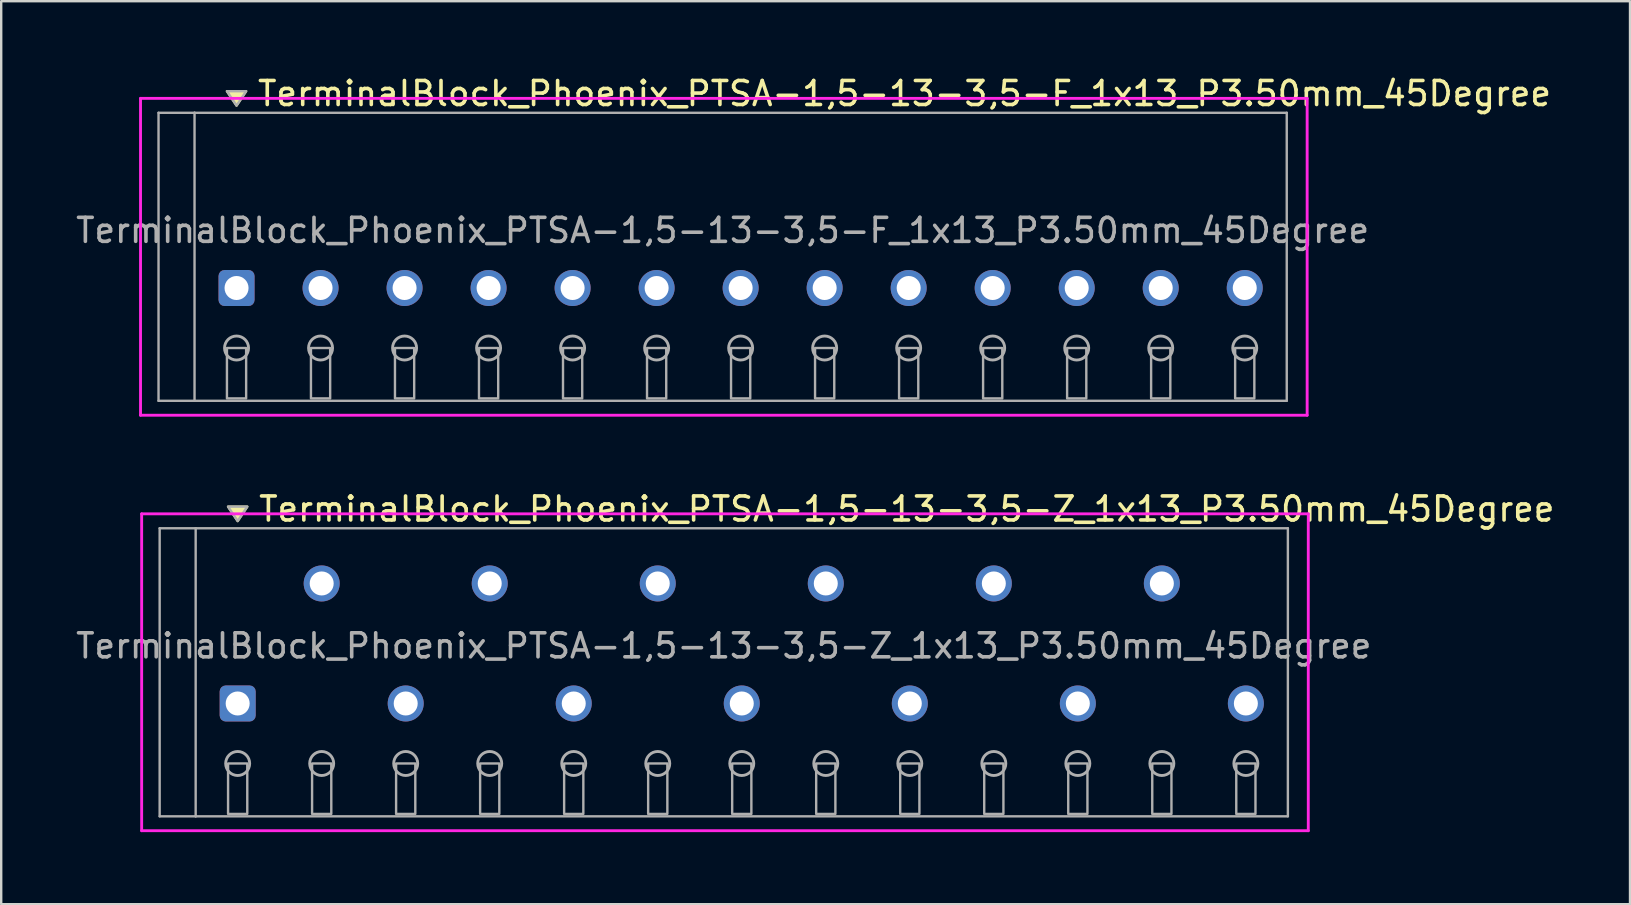
<source format=kicad_pcb>
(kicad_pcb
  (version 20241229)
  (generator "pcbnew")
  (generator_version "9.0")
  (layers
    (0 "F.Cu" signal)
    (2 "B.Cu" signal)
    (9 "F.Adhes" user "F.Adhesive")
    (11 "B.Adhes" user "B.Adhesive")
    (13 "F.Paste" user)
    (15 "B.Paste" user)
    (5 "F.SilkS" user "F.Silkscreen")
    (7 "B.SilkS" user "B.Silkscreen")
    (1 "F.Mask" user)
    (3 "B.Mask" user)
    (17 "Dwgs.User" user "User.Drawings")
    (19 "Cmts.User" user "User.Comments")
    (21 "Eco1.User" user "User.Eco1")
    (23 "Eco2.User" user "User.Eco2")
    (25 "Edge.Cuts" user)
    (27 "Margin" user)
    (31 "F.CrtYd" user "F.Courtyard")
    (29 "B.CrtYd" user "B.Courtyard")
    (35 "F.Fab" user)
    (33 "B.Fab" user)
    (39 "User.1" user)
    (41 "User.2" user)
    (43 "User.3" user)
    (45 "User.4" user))
  (footprint "TerminalBlock_Phoenix_PTSA-1,5-13-3,5-Z_1x13_P3.50mm_45Degree"
    (layer "F.Cu")
    (at 6.851 26.256)
    (property "Reference" "TerminalBlock_Phoenix_PTSA-1,5-13-3,5-Z_1x13_P3.50mm_45Degree" (at 0.8 -8.1 0) (layer "F.SilkS") (effects (font (size 1 1) (thickness 0.15)) (justify left)))
    (attr through_hole)
    (fp_poly (pts (xy 0 -7.6) (xy -0.4 -8.2) (xy 0.4 -8.2)) (stroke (width 0.1) (type solid)) (fill yes) (layer "F.SilkS"))
    (fp_line (start -4 -7.9) (end 44.6 -7.9) (stroke (width 0.12) (type solid)) (layer "F.CrtYd"))
    (fp_line (start -4 5.3) (end -4 -7.9) (stroke (width 0.12) (type solid)) (layer "F.CrtYd"))
    (fp_line (start 44.6 -7.9) (end 44.6 5.3) (stroke (width 0.12) (type solid)) (layer "F.CrtYd"))
    (fp_line (start 44.6 5.3) (end -4 5.3) (stroke (width 0.12) (type solid)) (layer "F.CrtYd"))
    (fp_line (start -3.25 -7.3) (end -1.75 -7.3) (stroke (width 0.1) (type solid)) (layer "F.Fab"))
    (fp_line (start -3.25 4.7) (end -3.25 -7.3) (stroke (width 0.1) (type solid)) (layer "F.Fab"))
    (fp_line (start -1.75 -7.3) (end -1.75 4.7) (stroke (width 0.1) (type solid)) (layer "F.Fab"))
    (fp_line (start -1.75 4.7) (end -3.25 4.7) (stroke (width 0.1) (type solid)) (layer "F.Fab"))
    (fp_line (start -1.75 4.7) (end 43.75 4.7) (stroke (width 0.1) (type solid)) (layer "F.Fab"))
    (fp_line (start 43.75 -7.3) (end -1.75 -7.3) (stroke (width 0.1) (type solid)) (layer "F.Fab"))
    (fp_line (start 43.75 4.7) (end 43.75 -7.3) (stroke (width 0.1) (type solid)) (layer "F.Fab"))
    (fp_circle (center 0 2.5) (end -0.5 2.5) (stroke (width 0.12) (type solid)) (fill no) (layer "F.Fab"))
    (fp_circle (center 3.5 2.5) (end 3 2.5) (stroke (width 0.12) (type solid)) (fill no) (layer "F.Fab"))
    (fp_circle (center 7 2.5) (end 6.5 2.5) (stroke (width 0.12) (type solid)) (fill no) (layer "F.Fab"))
    (fp_circle (center 10.5 2.5) (end 10 2.5) (stroke (width 0.12) (type solid)) (fill no) (layer "F.Fab"))
    (fp_circle (center 14 2.5) (end 13.5 2.5) (stroke (width 0.12) (type solid)) (fill no) (layer "F.Fab"))
    (fp_circle (center 17.5 2.5) (end 17 2.5) (stroke (width 0.12) (type solid)) (fill no) (layer "F.Fab"))
    (fp_circle (center 21 2.5) (end 20.5 2.5) (stroke (width 0.12) (type solid)) (fill no) (layer "F.Fab"))
    (fp_circle (center 24.5 2.5) (end 24 2.5) (stroke (width 0.12) (type solid)) (fill no) (layer "F.Fab"))
    (fp_circle (center 28 2.5) (end 27.5 2.5) (stroke (width 0.12) (type solid)) (fill no) (layer "F.Fab"))
    (fp_circle (center 31.5 2.5) (end 31 2.5) (stroke (width 0.12) (type solid)) (fill no) (layer "F.Fab"))
    (fp_circle (center 35 2.5) (end 34.5 2.5) (stroke (width 0.12) (type solid)) (fill no) (layer "F.Fab"))
    (fp_circle (center 38.5 2.5) (end 38 2.5) (stroke (width 0.12) (type solid)) (fill no) (layer "F.Fab"))
    (fp_circle (center 42 2.5) (end 41.5 2.5) (stroke (width 0.12) (type solid)) (fill no) (layer "F.Fab"))
    (fp_poly (pts (xy 0 -7.6) (xy -0.4 -8.2) (xy 0.4 -8.2)) (stroke (width 0.1) (type solid)) (fill no) (layer "F.Fab"))
    (fp_poly (pts (xy -0.4 2.5) (xy -0.4 4.6) (xy 0.4 4.6) (xy 0.4 2.5)) (stroke (width 0.1) (type solid)) (fill no) (layer "F.Fab"))
    (fp_poly (pts (xy 3.1 2.5) (xy 3.1 4.6) (xy 3.9 4.6) (xy 3.9 2.5)) (stroke (width 0.1) (type solid)) (fill no) (layer "F.Fab"))
    (fp_poly (pts (xy 6.6 2.5) (xy 6.6 4.6) (xy 7.4 4.6) (xy 7.4 2.5)) (stroke (width 0.1) (type solid)) (fill no) (layer "F.Fab"))
    (fp_poly (pts (xy 10.1 2.5) (xy 10.1 4.6) (xy 10.9 4.6) (xy 10.9 2.5)) (stroke (width 0.1) (type solid)) (fill no) (layer "F.Fab"))
    (fp_poly (pts (xy 13.6 2.5) (xy 13.6 4.6) (xy 14.4 4.6) (xy 14.4 2.5)) (stroke (width 0.1) (type solid)) (fill no) (layer "F.Fab"))
    (fp_poly (pts (xy 17.1 2.5) (xy 17.1 4.6) (xy 17.9 4.6) (xy 17.9 2.5)) (stroke (width 0.1) (type solid)) (fill no) (layer "F.Fab"))
    (fp_poly (pts (xy 20.6 2.5) (xy 20.6 4.6) (xy 21.4 4.6) (xy 21.4 2.5)) (stroke (width 0.1) (type solid)) (fill no) (layer "F.Fab"))
    (fp_poly (pts (xy 24.1 2.5) (xy 24.1 4.6) (xy 24.9 4.6) (xy 24.9 2.5)) (stroke (width 0.1) (type solid)) (fill no) (layer "F.Fab"))
    (fp_poly (pts (xy 27.6 2.5) (xy 27.6 4.6) (xy 28.4 4.6) (xy 28.4 2.5)) (stroke (width 0.1) (type solid)) (fill no) (layer "F.Fab"))
    (fp_poly (pts (xy 31.1 2.5) (xy 31.1 4.6) (xy 31.9 4.6) (xy 31.9 2.5)) (stroke (width 0.1) (type solid)) (fill no) (layer "F.Fab"))
    (fp_poly (pts (xy 34.6 2.5) (xy 34.6 4.6) (xy 35.4 4.6) (xy 35.4 2.5)) (stroke (width 0.1) (type solid)) (fill no) (layer "F.Fab"))
    (fp_poly (pts (xy 38.1 2.5) (xy 38.1 4.6) (xy 38.9 4.6) (xy 38.9 2.5)) (stroke (width 0.1) (type solid)) (fill no) (layer "F.Fab"))
    (fp_poly (pts (xy 41.6 2.5) (xy 41.6 4.6) (xy 42.4 4.6) (xy 42.4 2.5)) (stroke (width 0.1) (type solid)) (fill no) (layer "F.Fab"))
    (fp_text user "${REFERENCE}" (at 20.25 -2.4 0) (layer "F.Fab") (effects (font (size 1 1) (thickness 0.15))))
    (pad "1" thru_hole roundrect (at 0 0) (size 1.5 1.5) (drill 1) (layers "*.Cu" "*.Mask") (roundrect_rratio 0.167))
    (pad "2" thru_hole oval (at 3.5 -5) (size 1.5 1.5) (drill 1) (layers "*.Cu" "*.Mask"))
    (pad "3" thru_hole oval (at 7 0) (size 1.5 1.5) (drill 1) (layers "*.Cu" "*.Mask"))
    (pad "4" thru_hole oval (at 10.5 -5) (size 1.5 1.5) (drill 1) (layers "*.Cu" "*.Mask"))
    (pad "5" thru_hole oval (at 14 0) (size 1.5 1.5) (drill 1) (layers "*.Cu" "*.Mask"))
    (pad "6" thru_hole oval (at 17.5 -5) (size 1.5 1.5) (drill 1) (layers "*.Cu" "*.Mask"))
    (pad "7" thru_hole oval (at 21 0) (size 1.5 1.5) (drill 1) (layers "*.Cu" "*.Mask"))
    (pad "8" thru_hole oval (at 24.5 -5) (size 1.5 1.5) (drill 1) (layers "*.Cu" "*.Mask"))
    (pad "9" thru_hole oval (at 28 0) (size 1.5 1.5) (drill 1) (layers "*.Cu" "*.Mask"))
    (pad "10" thru_hole oval (at 31.5 -5) (size 1.5 1.5) (drill 1) (layers "*.Cu" "*.Mask"))
    (pad "11" thru_hole oval (at 35 0) (size 1.5 1.5) (drill 1) (layers "*.Cu" "*.Mask"))
    (pad "12" thru_hole oval (at 38.5 -5) (size 1.5 1.5) (drill 1) (layers "*.Cu" "*.Mask"))
    (pad "13" thru_hole oval (at 42 0) (size 1.5 1.5) (drill 1) (layers "*.Cu" "*.Mask")))
  (footprint "TerminalBlock_Phoenix_PTSA-1,5-13-3,5-F_1x13_P3.50mm_45Degree"
    (layer "F.Cu")
    (at 6.804 8.948)
    (property "Reference" "TerminalBlock_Phoenix_PTSA-1,5-13-3,5-F_1x13_P3.50mm_45Degree" (at 0.8 -8.1 0) (layer "F.SilkS") (effects (font (size 1 1) (thickness 0.15)) (justify left)))
    (attr through_hole)
    (fp_poly (pts (xy 0 -7.6) (xy -0.4 -8.2) (xy 0.4 -8.2)) (stroke (width 0.1) (type solid)) (fill yes) (layer "F.SilkS"))
    (fp_line (start -4 -7.9) (end 44.6 -7.9) (stroke (width 0.12) (type solid)) (layer "F.CrtYd"))
    (fp_line (start -4 5.3) (end -4 -7.9) (stroke (width 0.12) (type solid)) (layer "F.CrtYd"))
    (fp_line (start 44.6 -7.9) (end 44.6 5.3) (stroke (width 0.12) (type solid)) (layer "F.CrtYd"))
    (fp_line (start 44.6 5.3) (end -4 5.3) (stroke (width 0.12) (type solid)) (layer "F.CrtYd"))
    (fp_line (start -3.25 -7.3) (end -1.75 -7.3) (stroke (width 0.1) (type solid)) (layer "F.Fab"))
    (fp_line (start -3.25 4.7) (end -3.25 -7.3) (stroke (width 0.1) (type solid)) (layer "F.Fab"))
    (fp_line (start -1.75 -7.3) (end -1.75 4.7) (stroke (width 0.1) (type solid)) (layer "F.Fab"))
    (fp_line (start -1.75 4.7) (end -3.25 4.7) (stroke (width 0.1) (type solid)) (layer "F.Fab"))
    (fp_line (start -1.75 4.7) (end 43.75 4.7) (stroke (width 0.1) (type solid)) (layer "F.Fab"))
    (fp_line (start 43.75 -7.3) (end -1.75 -7.3) (stroke (width 0.1) (type solid)) (layer "F.Fab"))
    (fp_line (start 43.75 4.7) (end 43.75 -7.3) (stroke (width 0.1) (type solid)) (layer "F.Fab"))
    (fp_circle (center 0 2.5) (end -0.5 2.5) (stroke (width 0.12) (type solid)) (fill no) (layer "F.Fab"))
    (fp_circle (center 3.5 2.5) (end 3 2.5) (stroke (width 0.12) (type solid)) (fill no) (layer "F.Fab"))
    (fp_circle (center 7 2.5) (end 6.5 2.5) (stroke (width 0.12) (type solid)) (fill no) (layer "F.Fab"))
    (fp_circle (center 10.5 2.5) (end 10 2.5) (stroke (width 0.12) (type solid)) (fill no) (layer "F.Fab"))
    (fp_circle (center 14 2.5) (end 13.5 2.5) (stroke (width 0.12) (type solid)) (fill no) (layer "F.Fab"))
    (fp_circle (center 17.5 2.5) (end 17 2.5) (stroke (width 0.12) (type solid)) (fill no) (layer "F.Fab"))
    (fp_circle (center 21 2.5) (end 20.5 2.5) (stroke (width 0.12) (type solid)) (fill no) (layer "F.Fab"))
    (fp_circle (center 24.5 2.5) (end 24 2.5) (stroke (width 0.12) (type solid)) (fill no) (layer "F.Fab"))
    (fp_circle (center 28 2.5) (end 27.5 2.5) (stroke (width 0.12) (type solid)) (fill no) (layer "F.Fab"))
    (fp_circle (center 31.5 2.5) (end 31 2.5) (stroke (width 0.12) (type solid)) (fill no) (layer "F.Fab"))
    (fp_circle (center 35 2.5) (end 34.5 2.5) (stroke (width 0.12) (type solid)) (fill no) (layer "F.Fab"))
    (fp_circle (center 38.5 2.5) (end 38 2.5) (stroke (width 0.12) (type solid)) (fill no) (layer "F.Fab"))
    (fp_circle (center 42 2.5) (end 41.5 2.5) (stroke (width 0.12) (type solid)) (fill no) (layer "F.Fab"))
    (fp_poly (pts (xy 0 -7.6) (xy -0.4 -8.2) (xy 0.4 -8.2)) (stroke (width 0.1) (type solid)) (fill no) (layer "F.Fab"))
    (fp_poly (pts (xy -0.4 2.5) (xy -0.4 4.6) (xy 0.4 4.6) (xy 0.4 2.5)) (stroke (width 0.1) (type solid)) (fill no) (layer "F.Fab"))
    (fp_poly (pts (xy 3.1 2.5) (xy 3.1 4.6) (xy 3.9 4.6) (xy 3.9 2.5)) (stroke (width 0.1) (type solid)) (fill no) (layer "F.Fab"))
    (fp_poly (pts (xy 6.6 2.5) (xy 6.6 4.6) (xy 7.4 4.6) (xy 7.4 2.5)) (stroke (width 0.1) (type solid)) (fill no) (layer "F.Fab"))
    (fp_poly (pts (xy 10.1 2.5) (xy 10.1 4.6) (xy 10.9 4.6) (xy 10.9 2.5)) (stroke (width 0.1) (type solid)) (fill no) (layer "F.Fab"))
    (fp_poly (pts (xy 13.6 2.5) (xy 13.6 4.6) (xy 14.4 4.6) (xy 14.4 2.5)) (stroke (width 0.1) (type solid)) (fill no) (layer "F.Fab"))
    (fp_poly (pts (xy 17.1 2.5) (xy 17.1 4.6) (xy 17.9 4.6) (xy 17.9 2.5)) (stroke (width 0.1) (type solid)) (fill no) (layer "F.Fab"))
    (fp_poly (pts (xy 20.6 2.5) (xy 20.6 4.6) (xy 21.4 4.6) (xy 21.4 2.5)) (stroke (width 0.1) (type solid)) (fill no) (layer "F.Fab"))
    (fp_poly (pts (xy 24.1 2.5) (xy 24.1 4.6) (xy 24.9 4.6) (xy 24.9 2.5)) (stroke (width 0.1) (type solid)) (fill no) (layer "F.Fab"))
    (fp_poly (pts (xy 27.6 2.5) (xy 27.6 4.6) (xy 28.4 4.6) (xy 28.4 2.5)) (stroke (width 0.1) (type solid)) (fill no) (layer "F.Fab"))
    (fp_poly (pts (xy 31.1 2.5) (xy 31.1 4.6) (xy 31.9 4.6) (xy 31.9 2.5)) (stroke (width 0.1) (type solid)) (fill no) (layer "F.Fab"))
    (fp_poly (pts (xy 34.6 2.5) (xy 34.6 4.6) (xy 35.4 4.6) (xy 35.4 2.5)) (stroke (width 0.1) (type solid)) (fill no) (layer "F.Fab"))
    (fp_poly (pts (xy 38.1 2.5) (xy 38.1 4.6) (xy 38.9 4.6) (xy 38.9 2.5)) (stroke (width 0.1) (type solid)) (fill no) (layer "F.Fab"))
    (fp_poly (pts (xy 41.6 2.5) (xy 41.6 4.6) (xy 42.4 4.6) (xy 42.4 2.5)) (stroke (width 0.1) (type solid)) (fill no) (layer "F.Fab"))
    (fp_text user "${REFERENCE}" (at 20.25 -2.4 0) (layer "F.Fab") (effects (font (size 1 1) (thickness 0.15))))
    (pad "1" thru_hole roundrect (at 0 0) (size 1.5 1.5) (drill 1) (layers "*.Cu" "*.Mask") (roundrect_rratio 0.167))
    (pad "2" thru_hole oval (at 3.5 0) (size 1.5 1.5) (drill 1) (layers "*.Cu" "*.Mask"))
    (pad "3" thru_hole oval (at 7 0) (size 1.5 1.5) (drill 1) (layers "*.Cu" "*.Mask"))
    (pad "4" thru_hole oval (at 10.5 0) (size 1.5 1.5) (drill 1) (layers "*.Cu" "*.Mask"))
    (pad "5" thru_hole oval (at 14 0) (size 1.5 1.5) (drill 1) (layers "*.Cu" "*.Mask"))
    (pad "6" thru_hole oval (at 17.5 0) (size 1.5 1.5) (drill 1) (layers "*.Cu" "*.Mask"))
    (pad "7" thru_hole oval (at 21 0) (size 1.5 1.5) (drill 1) (layers "*.Cu" "*.Mask"))
    (pad "8" thru_hole oval (at 24.5 0) (size 1.5 1.5) (drill 1) (layers "*.Cu" "*.Mask"))
    (pad "9" thru_hole oval (at 28 0) (size 1.5 1.5) (drill 1) (layers "*.Cu" "*.Mask"))
    (pad "10" thru_hole oval (at 31.5 0) (size 1.5 1.5) (drill 1) (layers "*.Cu" "*.Mask"))
    (pad "11" thru_hole oval (at 35 0) (size 1.5 1.5) (drill 1) (layers "*.Cu" "*.Mask"))
    (pad "12" thru_hole oval (at 38.5 0) (size 1.5 1.5) (drill 1) (layers "*.Cu" "*.Mask"))
    (pad "13" thru_hole oval (at 42 0) (size 1.5 1.5) (drill 1) (layers "*.Cu" "*.Mask")))
  (gr_rect
    (start -3 -3)
    (end 64.854 34.617)
    (stroke (width 0.1) (type default))
    (fill no)
    (layer "Edge.Cuts")))
</source>
